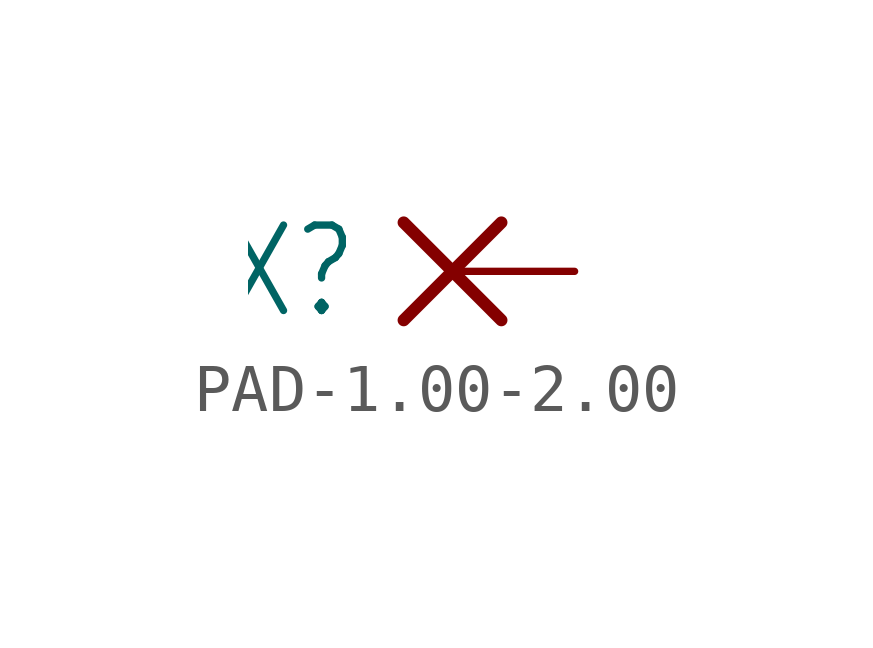
<source format=kicad_sym>
(kicad_symbol_lib
  (version 20211014)
  (generator kicad_symbol_editor)
  (symbol "PAD-1.00-2.00"
    (property "Reference" "X"
      (at -1.905 0 0)
      (effects (font (size 1.778 1.511)) (justify right)))
    (property "ki_locked" ""
      (at 0 0 0)
      (effects (font (size 1.27 1.27))))
    (symbol "PAD-1.00-2.00_1_0"
      (polyline (pts (xy -1.016 -1.016) (xy 1.016 1.016)) (stroke (width 0.254) (type default) (color 0 0 0 0)) (fill (type none)))
      (polyline (pts (xy -1.016 1.016) (xy 1.016 -1.016)) (stroke (width 0.254) (type default) (color 0 0 0 0)) (fill (type none)))
      (pin passive line (at 2.54 0 180) (length 2.54) (name "P" (effects (font (size 0 0)))) (number "1" (effects (font (size 0 0))))))))
</source>
